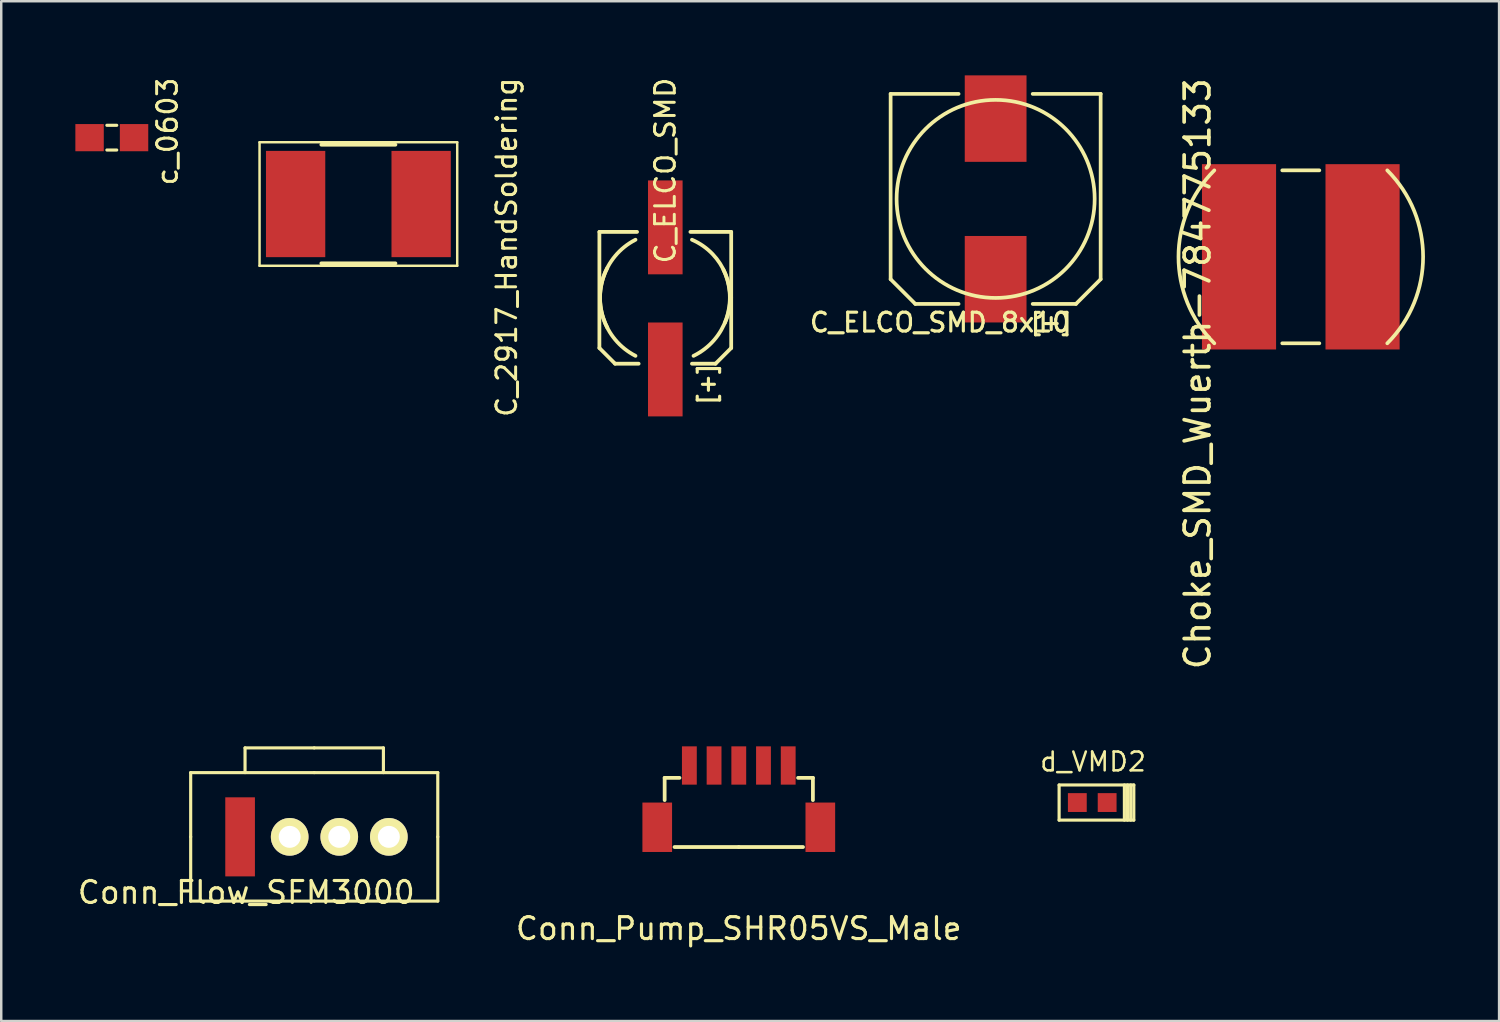
<source format=kicad_pcb>
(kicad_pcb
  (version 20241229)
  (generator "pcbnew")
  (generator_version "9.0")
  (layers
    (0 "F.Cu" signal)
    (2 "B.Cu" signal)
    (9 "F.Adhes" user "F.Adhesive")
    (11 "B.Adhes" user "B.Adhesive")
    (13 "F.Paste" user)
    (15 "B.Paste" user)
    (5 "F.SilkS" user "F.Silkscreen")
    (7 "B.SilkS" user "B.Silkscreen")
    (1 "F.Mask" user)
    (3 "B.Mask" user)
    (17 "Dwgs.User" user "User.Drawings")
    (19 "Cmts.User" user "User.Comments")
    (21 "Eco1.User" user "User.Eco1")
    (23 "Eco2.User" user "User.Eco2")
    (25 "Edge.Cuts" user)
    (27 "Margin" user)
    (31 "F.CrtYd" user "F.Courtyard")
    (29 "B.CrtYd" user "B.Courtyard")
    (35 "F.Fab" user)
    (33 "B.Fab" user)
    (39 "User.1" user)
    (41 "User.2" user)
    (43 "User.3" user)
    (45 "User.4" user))
  (footprint "C_ELCO_SMD_8x10"
    (layer "F.Cu")
    (at 37.244 5)
    (property "Reference" "C_ELCO_SMD_8x10" (at -2.25 5 0) (layer "F.SilkS") (effects (font (size 0.762 0.762) (thickness 0.127))))
    (attr smd)
    (fp_line (start -4.25 -4.25) (end -4.25 3.25) (stroke (width 0.15) (type solid)) (layer "F.SilkS"))
    (fp_line (start -4.25 3.25) (end -3.25 4.25) (stroke (width 0.15) (type solid)) (layer "F.SilkS"))
    (fp_line (start -3.25 4.25) (end -1.5 4.25) (stroke (width 0.15) (type solid)) (layer "F.SilkS"))
    (fp_line (start -1.5 -4.25) (end -4.25 -4.25) (stroke (width 0.15) (type solid)) (layer "F.SilkS"))
    (fp_line (start 1.5 4.25) (end 3.25 4.25) (stroke (width 0.15) (type solid)) (layer "F.SilkS"))
    (fp_line (start 3.25 4.25) (end 4.25 3.25) (stroke (width 0.15) (type solid)) (layer "F.SilkS"))
    (fp_line (start 4.25 -4.25) (end 1.5 -4.25) (stroke (width 0.15) (type solid)) (layer "F.SilkS"))
    (fp_line (start 4.25 3.25) (end 4.25 -4.25) (stroke (width 0.15) (type solid)) (layer "F.SilkS"))
    (fp_circle (center 0 0) (end -4 -0.25) (stroke (width 0.15) (type solid)) (fill no) (layer "F.SilkS"))
    (fp_text user "[+]" (at 2.25 5 0) (layer "F.SilkS") (effects (font (size 0.635 0.635) (thickness 0.127))))
    (pad "1" smd rect (at 0 3.25) (size 2.5 3.5) (layers "F.Cu" "F.Mask" "F.Paste"))
    (pad "2" smd rect (at 0 -3.25) (size 2.5 3.5) (layers "F.Cu" "F.Mask" "F.Paste")))
  (footprint "C_2917_HandSoldering"
    (layer "F.Cu")
    (at 11.454 5.207)
    (property "Reference" "C_2917_HandSoldering" (at 6 1.75 90) (layer "F.SilkS") (effects (font (size 0.8 0.8) (thickness 0.12))))
    (attr smd)
    (fp_line (start -4 -2.5) (end 4 -2.5) (stroke (width 0.1) (type solid)) (layer "F.SilkS"))
    (fp_line (start -4 2.5) (end -4 -2.5) (stroke (width 0.1) (type solid)) (layer "F.SilkS"))
    (fp_line (start -1.5 2.4) (end 1.5 2.4) (stroke (width 0.15) (type solid)) (layer "F.SilkS"))
    (fp_line (start 1.5 -2.4) (end -1.5 -2.4) (stroke (width 0.15) (type solid)) (layer "F.SilkS"))
    (fp_line (start 4 -2.5) (end 4 2.5) (stroke (width 0.1) (type solid)) (layer "F.SilkS"))
    (fp_line (start 4 2.5) (end -4 2.5) (stroke (width 0.1) (type solid)) (layer "F.SilkS"))
    (pad "1" smd rect (at -2.54 0) (size 2.4 4.3) (layers "F.Cu" "F.Mask" "F.Paste"))
    (pad "2" smd rect (at 2.54 0) (size 2.4 4.3) (layers "F.Cu" "F.Mask" "F.Paste")))
  (footprint "Conn_Pump_SHR05VS_Male"
    (layer "F.Cu")
    (at 26.849 27.93)
    (property "Reference" "Conn_Pump_SHR05VS_Male" (at 0 6.6 0) (layer "F.SilkS") (effects (font (size 0.889 0.889) (thickness 0.127))))
    (attr smd)
    (fp_line (start -3 0.5) (end -2.4 0.5) (stroke (width 0.152) (type solid)) (layer "F.SilkS"))
    (fp_line (start -3 1.4) (end -3 0.5) (stroke (width 0.152) (type solid)) (layer "F.SilkS"))
    (fp_line (start 0 3.3) (end -2.6 3.3) (stroke (width 0.152) (type solid)) (layer "F.SilkS"))
    (fp_line (start 2.4 0.5) (end 3 0.5) (stroke (width 0.152) (type solid)) (layer "F.SilkS"))
    (fp_line (start 2.6 3.3) (end 0 3.3) (stroke (width 0.152) (type solid)) (layer "F.SilkS"))
    (fp_line (start 3 0.5) (end 3 1.4) (stroke (width 0.152) (type solid)) (layer "F.SilkS"))
    (pad "" smd rect (at -3.3 2.5) (size 1.2 2) (layers "F.Cu" "F.Mask" "F.Paste"))
    (pad "" smd rect (at 3.3 2.5) (size 1.2 2) (layers "F.Cu" "F.Mask" "F.Paste"))
    (pad "1" smd rect (at -2 0) (size 0.6 1.55) (layers "F.Cu" "F.Mask" "F.Paste"))
    (pad "2" smd rect (at -1 0) (size 0.6 1.55) (layers "F.Cu" "F.Mask" "F.Paste"))
    (pad "3" smd rect (at 0 0) (size 0.6 1.55) (layers "F.Cu" "F.Mask" "F.Paste"))
    (pad "4" smd rect (at 1 0) (size 0.6 1.55) (layers "F.Cu" "F.Mask" "F.Paste"))
    (pad "5" smd rect (at 2 0) (size 0.6 1.55) (layers "F.Cu" "F.Mask" "F.Paste")))
  (footprint "C_ELCO_SMD"
    (layer "F.Cu")
    (at 23.875 9.002)
    (property "Reference" "C_ELCO_SMD" (at 0 -5.15 90) (layer "F.SilkS") (effects (font (size 0.8 0.8) (thickness 0.12))))
    (attr smd)
    (fp_line (start -2.667 -2.667) (end -1.143 -2.667) (stroke (width 0.152) (type solid)) (layer "F.SilkS"))
    (fp_line (start -2.667 2.032) (end -2.667 -2.667) (stroke (width 0.152) (type solid)) (layer "F.SilkS"))
    (fp_line (start -2.032 2.667) (end -2.667 2.032) (stroke (width 0.152) (type solid)) (layer "F.SilkS"))
    (fp_line (start -2.032 2.667) (end -1.079 2.667) (stroke (width 0.152) (type solid)) (layer "F.SilkS"))
    (fp_line (start 2.032 2.667) (end 1.079 2.667) (stroke (width 0.152) (type solid)) (layer "F.SilkS"))
    (fp_line (start 2.032 2.667) (end 2.667 2.032) (stroke (width 0.152) (type solid)) (layer "F.SilkS"))
    (fp_line (start 2.667 -2.667) (end 1.016 -2.667) (stroke (width 0.152) (type solid)) (layer "F.SilkS"))
    (fp_line (start 2.667 -2.667) (end 2.667 0) (stroke (width 0.152) (type solid)) (layer "F.SilkS"))
    (fp_line (start 2.667 2.032) (end 2.667 0) (stroke (width 0.152) (type solid)) (layer "F.SilkS"))
    (fp_arc (start -2.3495 1.2065) (mid -2.514472 -0.808223) (end -1.2065 -2.3495) (stroke (width 0.1524) (type solid)) (layer "F.SilkS"))
    (fp_arc (start -1.2065 2.3495) (mid -2.514472 0.808223) (end -2.3495 -1.2065) (stroke (width 0.1524) (type solid)) (layer "F.SilkS"))
    (fp_arc (start 1.0795 -2.3495) (mid 2.443268 -0.942927) (end 2.413 1.016) (stroke (width 0.1524) (type solid)) (layer "F.SilkS"))
    (fp_arc (start 2.3495 -1.143) (mid 2.46957 0.853124) (end 1.143 2.3495) (stroke (width 0.1524) (type solid)) (layer "F.SilkS"))
    (fp_text user "[+]" (at 1.7 3.5 90) (layer "F.SilkS") (effects (font (size 0.635 0.635) (thickness 0.127))))
    (pad "1" smd rect (at 0 2.9) (size 1.4 3.8) (layers "F.Cu" "F.Mask" "F.Paste"))
    (pad "2" smd rect (at 0 -2.85) (size 1.4 3.8) (layers "F.Cu" "F.Mask" "F.Paste")))
  (footprint "Choke_SMD_Wuerth-784775133"
    (layer "F.Cu")
    (at 49.594 7.344)
    (property "Reference" "Choke_SMD_Wuerth-784775133" (at -4.176 4.733 90) (layer "F.SilkS") (effects (font (size 1 1) (thickness 0.15))))
    (attr smd)
    (fp_line (start -0.75 3.5) (end 0.75 3.5) (stroke (width 0.15) (type solid)) (layer "F.SilkS"))
    (fp_line (start 0.75 -3.5) (end -0.75 -3.5) (stroke (width 0.15) (type solid)) (layer "F.SilkS"))
    (fp_arc (start -3.5 3.5) (mid -4.949747 0) (end -3.5 -3.5) (stroke (width 0.15) (type solid)) (layer "F.SilkS"))
    (fp_arc (start 3.5 -3.5) (mid 4.949747 0) (end 3.5 3.5) (stroke (width 0.15) (type solid)) (layer "F.SilkS"))
    (pad "1" smd rect (at -2.5 0) (size 3 7.5) (layers "F.Cu" "F.Mask" "F.Paste"))
    (pad "2" smd rect (at 2.5 0) (size 3 7.5) (layers "F.Cu" "F.Mask" "F.Paste")))
  (footprint "c_0603"
    (layer "F.Cu")
    (at 1.475 2.521)
    (property "Reference" "c_0603" (at 2.25 -0.25 90) (layer "F.SilkS") (effects (font (size 0.8 0.8) (thickness 0.12))))
    (attr smd)
    (fp_line (start -0.2 -0.5) (end 0.2 -0.5) (stroke (width 0.127) (type solid)) (layer "F.SilkS"))
    (fp_line (start 0.2 0.5) (end -0.2 0.5) (stroke (width 0.127) (type solid)) (layer "F.SilkS"))
    (pad "1" smd rect (at 0.9 0) (size 1.15 1.1) (layers "F.Cu" "F.Mask" "F.Paste"))
    (pad "2" smd rect (at -0.9 0) (size 1.15 1.1) (layers "F.Cu" "F.Mask" "F.Paste")))
  (footprint "d_VMD2"
    (layer "F.Cu")
    (at 41.185 29.43)
    (property "Reference" "d_VMD2" (at 0 -1.651 0) (layer "F.SilkS") (effects (font (size 0.762 0.762) (thickness 0.102))))
    (attr smd)
    (fp_line (start -1.372 -0.711) (end -1.372 0.711) (stroke (width 0.127) (type solid)) (layer "F.SilkS"))
    (fp_line (start -1.372 0.711) (end 1.651 0.711) (stroke (width 0.127) (type solid)) (layer "F.SilkS"))
    (fp_line (start 1.27 0.711) (end 1.27 -0.711) (stroke (width 0.127) (type solid)) (layer "F.SilkS"))
    (fp_line (start 1.397 -0.711) (end 1.397 0.711) (stroke (width 0.127) (type solid)) (layer "F.SilkS"))
    (fp_line (start 1.524 0.711) (end 1.524 -0.711) (stroke (width 0.127) (type solid)) (layer "F.SilkS"))
    (fp_line (start 1.651 -0.711) (end -1.372 -0.711) (stroke (width 0.127) (type solid)) (layer "F.SilkS"))
    (fp_line (start 1.651 -0.711) (end 1.651 0.711) (stroke (width 0.127) (type solid)) (layer "F.SilkS"))
    (pad "1" smd rect (at -0.635 0) (size 0.762 0.762) (layers "F.Cu" "F.Mask" "F.Paste"))
    (pad "2" smd rect (at 0.572 0) (size 0.762 0.762) (layers "F.Cu" "F.Mask" "F.Paste")))
  (footprint "Conn_Flow_SFM3000"
    (layer "F.Cu")
    (at 9.667 30.818)
    (property "Reference" "Conn_Flow_SFM3000" (at -2.75 2.25 0) (layer "F.SilkS") (effects (font (size 0.889 0.889) (thickness 0.127))))
    (attr smd)
    (fp_line (start -5 -2.6) (end 0 -2.6) (stroke (width 0.127) (type solid)) (layer "F.SilkS"))
    (fp_line (start -5 0) (end -5 -2.6) (stroke (width 0.127) (type solid)) (layer "F.SilkS"))
    (fp_line (start -5 2.6) (end -5 0) (stroke (width 0.127) (type solid)) (layer "F.SilkS"))
    (fp_line (start -2.8 -3.6) (end -2.8 -2.6) (stroke (width 0.127) (type solid)) (layer "F.SilkS"))
    (fp_line (start 0 -3.6) (end -2.8 -3.6) (stroke (width 0.127) (type solid)) (layer "F.SilkS"))
    (fp_line (start 0 -3.6) (end 2.8 -3.6) (stroke (width 0.127) (type solid)) (layer "F.SilkS"))
    (fp_line (start 0 -2.6) (end 5 -2.6) (stroke (width 0.127) (type solid)) (layer "F.SilkS"))
    (fp_line (start 0 2.6) (end -5 2.6) (stroke (width 0.127) (type solid)) (layer "F.SilkS"))
    (fp_line (start 2.8 -3.6) (end 2.8 -2.6) (stroke (width 0.127) (type solid)) (layer "F.SilkS"))
    (fp_line (start 5 -2.6) (end 5 0) (stroke (width 0.127) (type solid)) (layer "F.SilkS"))
    (fp_line (start 5 0) (end 5 2.6) (stroke (width 0.127) (type solid)) (layer "F.SilkS"))
    (fp_line (start 5 2.6) (end 0 2.6) (stroke (width 0.127) (type solid)) (layer "F.SilkS"))
    (pad "1" smd rect (at -3 0) (size 1.2 3.2) (layers "F.Cu" "F.Mask" "F.Paste"))
    (pad "2" thru_hole circle (at -0.993 0) (size 1.524 1.524) (drill 0.889) (layers "*.Cu" "*.Mask" "F.SilkS"))
    (pad "3" thru_hole circle (at 1.013 0) (size 1.524 1.524) (drill 0.889) (layers "*.Cu" "*.Mask" "F.SilkS"))
    (pad "4" thru_hole circle (at 3.02 0) (size 1.524 1.524) (drill 0.889) (layers "*.Cu" "*.Mask" "F.SilkS")))
  (gr_rect
    (start -3 -3)
    (end 57.619 38.273)
    (stroke (width 0.1) (type default))
    (fill no)
    (layer "Edge.Cuts")))
</source>
